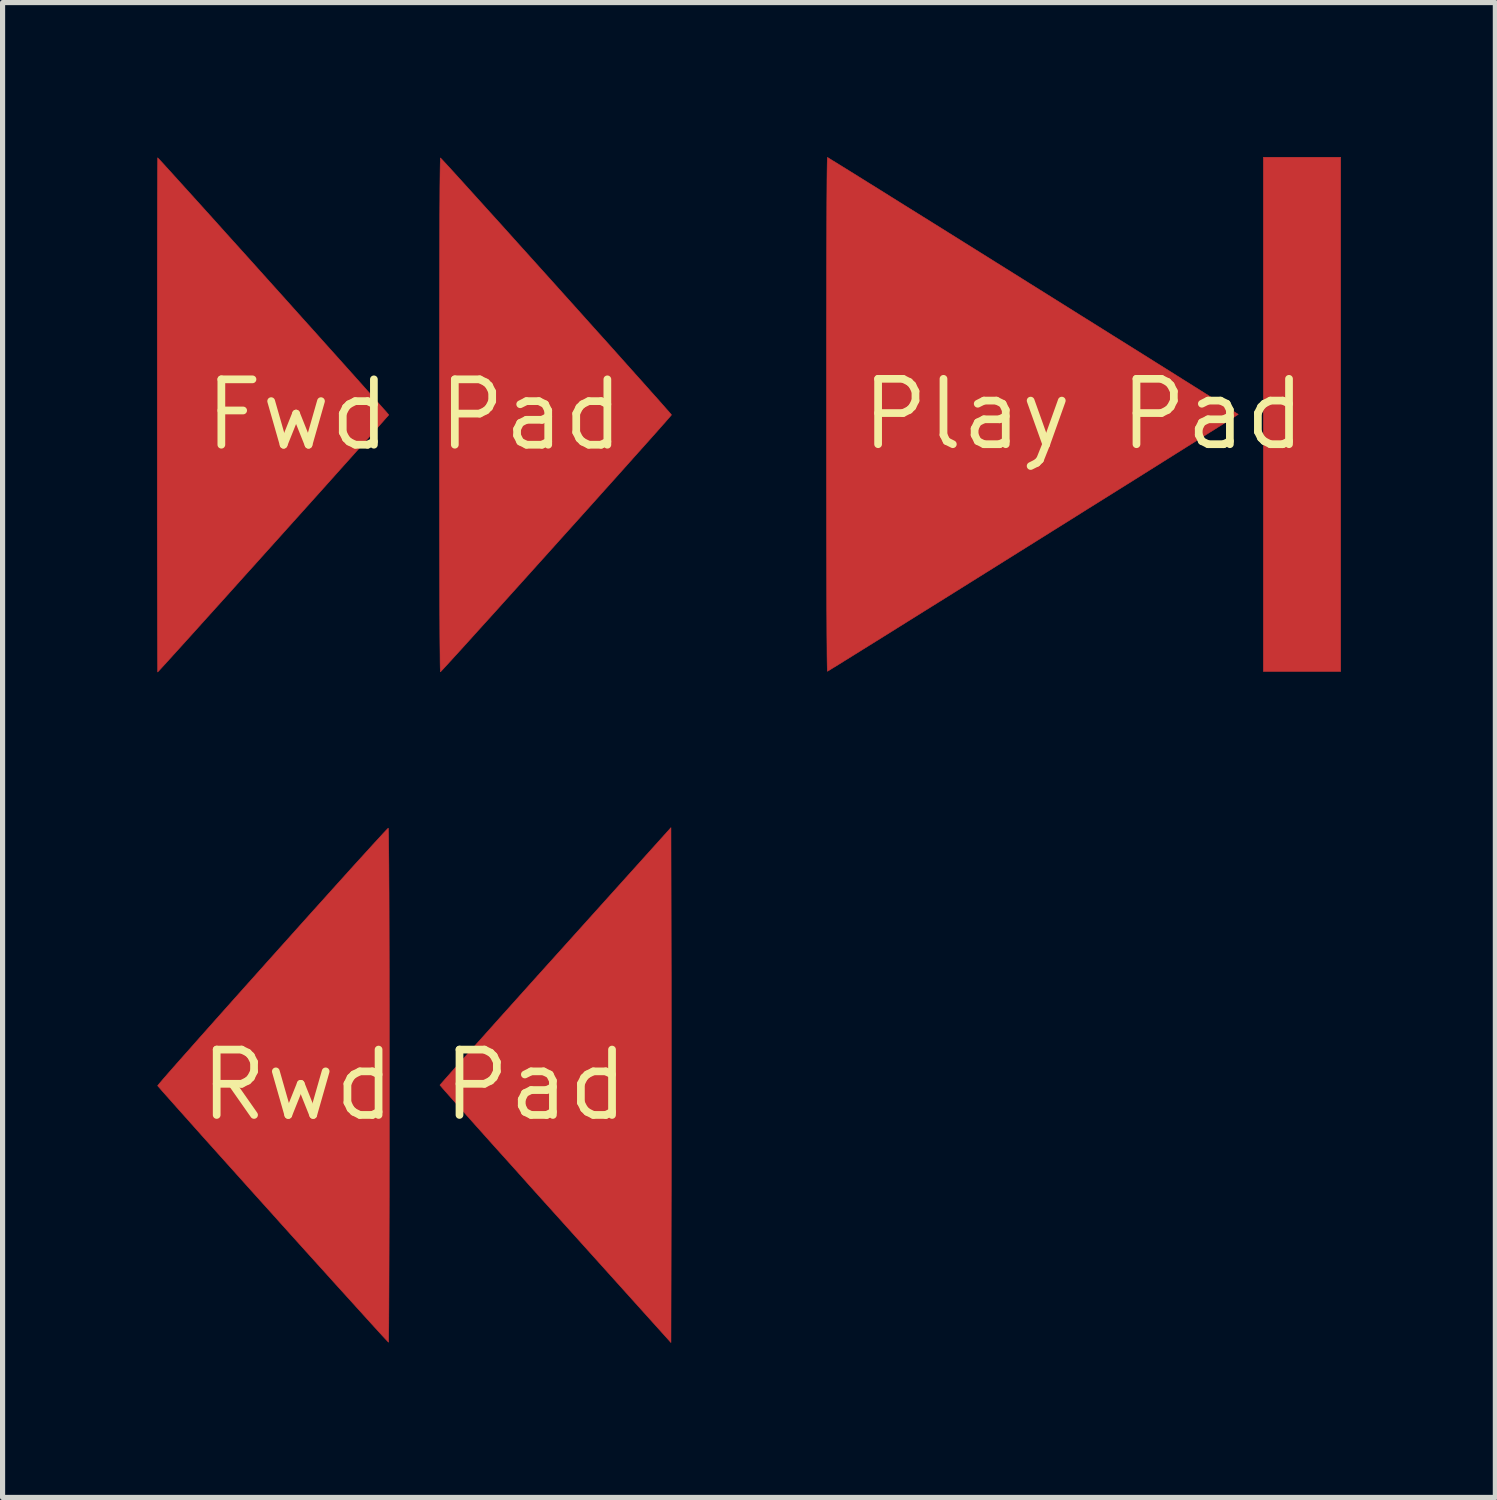
<source format=kicad_pcb>
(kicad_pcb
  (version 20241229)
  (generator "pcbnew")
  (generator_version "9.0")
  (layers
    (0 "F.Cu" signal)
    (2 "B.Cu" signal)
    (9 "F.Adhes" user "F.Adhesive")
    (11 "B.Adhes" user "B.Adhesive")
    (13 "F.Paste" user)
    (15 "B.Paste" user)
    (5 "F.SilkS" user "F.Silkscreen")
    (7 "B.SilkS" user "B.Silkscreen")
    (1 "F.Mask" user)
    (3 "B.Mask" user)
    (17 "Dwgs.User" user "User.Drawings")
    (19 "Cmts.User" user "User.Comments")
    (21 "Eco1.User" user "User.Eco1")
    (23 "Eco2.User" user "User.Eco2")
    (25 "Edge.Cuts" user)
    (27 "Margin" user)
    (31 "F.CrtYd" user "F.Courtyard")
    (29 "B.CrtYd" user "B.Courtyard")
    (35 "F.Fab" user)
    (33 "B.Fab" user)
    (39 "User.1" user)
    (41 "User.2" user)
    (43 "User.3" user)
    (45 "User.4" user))
  (footprint "Fwd Pad"
    (layer "F.Cu")
    (at 5 5.01)
    (property "Reference" "Fwd Pad" (at 0 0 0) (layer "F.SilkS") (effects (font (size 1.27 1.27) (thickness 0.15))))
    (attr through_hole)
    (fp_poly (pts (xy 0.523 -4.975) (xy 0.566 -4.93) (xy 0.634 -4.856) (xy 0.724 -4.758) (xy 0.835 -4.636) (xy 0.965 -4.493) (xy 1.112 -4.33) (xy 1.274 -4.151) (xy 1.45 -3.956) (xy 1.638 -3.749) (xy 1.835 -3.53) (xy 2.04 -3.302) (xy 2.251 -3.068) (xy 2.467 -2.828) (xy 2.685 -2.586) (xy 2.903 -2.343) (xy 3.12 -2.102) (xy 3.334 -1.863) (xy 3.543 -1.63) (xy 3.746 -1.405) (xy 3.939 -1.189) (xy 4.122 -0.984) (xy 4.293 -0.793) (xy 4.45 -0.618) (xy 4.59 -0.46) (xy 4.713 -0.323) (xy 4.816 -0.206) (xy 4.897 -0.114) (xy 4.956 -0.048) (xy 4.988 -0.009) (xy 4.995 0) (xy 4.981 0.018) (xy 4.941 0.064) (xy 4.876 0.139) (xy 4.788 0.238) (xy 4.679 0.361) (xy 4.551 0.505) (xy 4.405 0.668) (xy 4.244 0.848) (xy 4.07 1.043) (xy 3.884 1.251) (xy 3.687 1.47) (xy 3.483 1.698) (xy 3.272 1.933) (xy 3.057 2.172) (xy 2.839 2.414) (xy 2.621 2.657) (xy 2.403 2.899) (xy 2.189 3.137) (xy 1.979 3.37) (xy 1.776 3.595) (xy 1.582 3.811) (xy 1.397 4.015) (xy 1.225 4.205) (xy 1.067 4.38) (xy 0.925 4.537) (xy 0.8 4.674) (xy 0.695 4.789) (xy 0.612 4.88) (xy 0.551 4.946) (xy 0.516 4.983) (xy 0.507 4.992) (xy 0.504 4.972) (xy 0.502 4.91) (xy 0.5 4.808) (xy 0.499 4.667) (xy 0.497 4.487) (xy 0.495 4.269) (xy 0.494 4.015) (xy 0.492 3.725) (xy 0.491 3.4) (xy 0.49 3.042) (xy 0.489 2.651) (xy 0.488 2.228) (xy 0.488 1.774) (xy 0.487 1.291) (xy 0.487 0.778) (xy 0.487 0.237) (xy 0.487 0) (xy 0.487 -0.552) (xy 0.487 -1.077) (xy 0.488 -1.573) (xy 0.488 -2.04) (xy 0.489 -2.476) (xy 0.49 -2.88) (xy 0.491 -3.253) (xy 0.492 -3.592) (xy 0.493 -3.896) (xy 0.495 -4.166) (xy 0.496 -4.399) (xy 0.498 -4.595) (xy 0.5 -4.753) (xy 0.502 -4.872) (xy 0.504 -4.95) (xy 0.506 -4.988) (xy 0.507 -4.992) (xy 0.523 -4.975)) (stroke (width 0.01) (type solid)) (fill yes) (layer "F.Cu"))
    (fp_poly (pts (xy -4.972 -4.98) (xy -4.93 -4.935) (xy -4.864 -4.863) (xy -4.775 -4.765) (xy -4.665 -4.644) (xy -4.536 -4.501) (xy -4.39 -4.34) (xy -4.228 -4.161) (xy -4.053 -3.967) (xy -3.866 -3.76) (xy -3.67 -3.541) (xy -3.465 -3.314) (xy -3.254 -3.08) (xy -3.039 -2.841) (xy -2.821 -2.598) (xy -2.603 -2.356) (xy -2.386 -2.114) (xy -2.172 -1.875) (xy -1.962 -1.642) (xy -1.76 -1.416) (xy -1.566 -1.2) (xy -1.382 -0.995) (xy -1.21 -0.803) (xy -1.053 -0.627) (xy -0.911 -0.468) (xy -0.787 -0.329) (xy -0.683 -0.212) (xy -0.6 -0.118) (xy -0.54 -0.051) (xy -0.506 -0.011) (xy -0.497 0) (xy -0.511 0.017) (xy -0.552 0.063) (xy -0.617 0.137) (xy -0.705 0.236) (xy -0.813 0.358) (xy -0.941 0.502) (xy -1.087 0.665) (xy -1.247 0.844) (xy -1.422 1.039) (xy -1.608 1.247) (xy -1.804 1.466) (xy -2.008 1.693) (xy -2.219 1.928) (xy -2.434 2.167) (xy -2.652 2.41) (xy -2.87 2.652) (xy -3.087 2.894) (xy -3.302 3.132) (xy -3.511 3.365) (xy -3.714 3.591) (xy -3.909 3.807) (xy -4.093 4.011) (xy -4.265 4.202) (xy -4.423 4.377) (xy -4.566 4.535) (xy -4.691 4.673) (xy -4.796 4.789) (xy -4.88 4.881) (xy -4.941 4.947) (xy -4.977 4.986) (xy -4.987 4.995) (xy -4.988 4.974) (xy -4.988 4.913) (xy -4.989 4.813) (xy -4.99 4.676) (xy -4.99 4.505) (xy -4.991 4.3) (xy -4.992 4.064) (xy -4.992 3.798) (xy -4.993 3.505) (xy -4.993 3.186) (xy -4.994 2.843) (xy -4.994 2.479) (xy -4.995 2.094) (xy -4.995 1.69) (xy -4.995 1.27) (xy -4.995 0.836) (xy -4.995 0.389) (xy -4.995 0) (xy -4.995 -0.457) (xy -4.995 -0.902) (xy -4.995 -1.335) (xy -4.995 -1.752) (xy -4.994 -2.153) (xy -4.994 -2.535) (xy -4.994 -2.896) (xy -4.993 -3.236) (xy -4.993 -3.551) (xy -4.992 -3.84) (xy -4.992 -4.101) (xy -4.991 -4.333) (xy -4.99 -4.533) (xy -4.99 -4.699) (xy -4.989 -4.831) (xy -4.988 -4.925) (xy -4.987 -4.98) (xy -4.987 -4.995) (xy -4.972 -4.98)) (stroke (width 0.01) (type solid)) (fill yes) (layer "F.Cu"))
    (fp_poly (pts (xy -4.935 -4.942) (xy -4.914 -4.919) (xy -4.866 -4.867) (xy -4.794 -4.787) (xy -4.697 -4.68) (xy -4.579 -4.549) (xy -4.44 -4.395) (xy -4.283 -4.22) (xy -4.108 -4.026) (xy -3.918 -3.815) (xy -3.713 -3.588) (xy -3.496 -3.346) (xy -3.268 -3.093) (xy -3.031 -2.829) (xy -2.786 -2.557) (xy -2.68 -2.439) (xy -0.486 0) (xy -2.68 2.439) (xy -2.928 2.715) (xy -3.169 2.983) (xy -3.401 3.241) (xy -3.623 3.487) (xy -3.833 3.721) (xy -4.03 3.939) (xy -4.211 4.141) (xy -4.376 4.324) (xy -4.523 4.487) (xy -4.65 4.627) (xy -4.756 4.745) (xy -4.839 4.836) (xy -4.897 4.901) (xy -4.929 4.936) (xy -4.935 4.942) (xy -4.995 5.005) (xy -4.995 -5.005) (xy -4.935 -4.942)) (stroke (width 0.01) (type solid)) (fill yes) (layer "F.Mask"))
    (fp_poly (pts (xy 0.521 -4.975) (xy 0.564 -4.93) (xy 0.631 -4.857) (xy 0.72 -4.758) (xy 0.831 -4.636) (xy 0.961 -4.493) (xy 1.108 -4.331) (xy 1.27 -4.152) (xy 1.445 -3.957) (xy 1.633 -3.75) (xy 1.83 -3.531) (xy 2.035 -3.304) (xy 2.246 -3.069) (xy 2.461 -2.83) (xy 2.679 -2.588) (xy 2.898 -2.345) (xy 3.115 -2.104) (xy 3.329 -1.865) (xy 3.538 -1.632) (xy 3.741 -1.407) (xy 3.934 -1.191) (xy 4.118 -0.986) (xy 4.289 -0.795) (xy 4.446 -0.62) (xy 4.587 -0.462) (xy 4.71 -0.324) (xy 4.814 -0.208) (xy 4.896 -0.115) (xy 4.954 -0.048) (xy 4.988 -0.01) (xy 4.995 0) (xy 4.981 0.017) (xy 4.941 0.064) (xy 4.876 0.137) (xy 4.788 0.236) (xy 4.679 0.359) (xy 4.551 0.502) (xy 4.406 0.665) (xy 4.245 0.845) (xy 4.07 1.04) (xy 3.884 1.247) (xy 3.687 1.466) (xy 3.483 1.694) (xy 3.272 1.928) (xy 3.057 2.168) (xy 2.839 2.41) (xy 2.621 2.653) (xy 2.404 2.894) (xy 2.189 3.132) (xy 1.979 3.365) (xy 1.776 3.59) (xy 1.582 3.806) (xy 1.397 4.01) (xy 1.225 4.201) (xy 1.067 4.376) (xy 0.925 4.533) (xy 0.8 4.671) (xy 0.694 4.787) (xy 0.611 4.879) (xy 0.55 4.945) (xy 0.514 4.983) (xy 0.505 4.992) (xy 0.503 4.972) (xy 0.502 4.911) (xy 0.5 4.812) (xy 0.499 4.675) (xy 0.497 4.504) (xy 0.496 4.3) (xy 0.494 4.064) (xy 0.493 3.799) (xy 0.492 3.507) (xy 0.491 3.188) (xy 0.49 2.846) (xy 0.489 2.482) (xy 0.489 2.097) (xy 0.488 1.694) (xy 0.487 1.274) (xy 0.487 0.84) (xy 0.487 0.393) (xy 0.487 0) (xy 0.487 -0.457) (xy 0.487 -0.902) (xy 0.487 -1.335) (xy 0.488 -1.752) (xy 0.489 -2.153) (xy 0.489 -2.535) (xy 0.49 -2.896) (xy 0.491 -3.235) (xy 0.492 -3.55) (xy 0.493 -3.839) (xy 0.495 -4.1) (xy 0.496 -4.331) (xy 0.497 -4.531) (xy 0.499 -4.697) (xy 0.5 -4.828) (xy 0.502 -4.922) (xy 0.503 -4.977) (xy 0.505 -4.992) (xy 0.521 -4.975)) (stroke (width 0.01) (type solid)) (fill yes) (layer "F.Mask")))
  (footprint "Rwd Pad"
    (layer "F.Cu")
    (at 5 18.031)
    (property "Reference" "Rwd Pad" (at 0 0 0) (layer "F.SilkS") (effects (font (size 1.27 1.27) (thickness 0.15))))
    (attr through_hole)
    (fp_poly (pts (xy 4.99 -2.501) (xy 4.991 -2.111) (xy 4.991 -1.686) (xy 4.992 -1.233) (xy 4.992 -0.762) (xy 4.992 -0.278) (xy 4.992 0.21) (xy 4.992 0.695) (xy 4.992 1.169) (xy 4.992 1.624) (xy 4.991 2.054) (xy 4.99 2.449) (xy 4.99 2.501) (xy 4.985 5.002) (xy 2.741 2.509) (xy 2.491 2.232) (xy 2.249 1.963) (xy 2.017 1.703) (xy 1.795 1.456) (xy 1.585 1.223) (xy 1.389 1.004) (xy 1.209 0.803) (xy 1.046 0.62) (xy 0.9 0.457) (xy 0.775 0.316) (xy 0.671 0.199) (xy 0.59 0.108) (xy 0.534 0.043) (xy 0.503 0.007) (xy 0.497 0) (xy 0.511 -0.017) (xy 0.552 -0.064) (xy 0.618 -0.139) (xy 0.708 -0.241) (xy 0.82 -0.367) (xy 0.953 -0.516) (xy 1.106 -0.687) (xy 1.276 -0.877) (xy 1.462 -1.085) (xy 1.663 -1.31) (xy 1.878 -1.549) (xy 2.104 -1.801) (xy 2.34 -2.064) (xy 2.585 -2.336) (xy 2.741 -2.509) (xy 4.985 -5.002) (xy 4.99 -2.501)) (stroke (width 0.01) (type solid)) (fill yes) (layer "F.Cu"))
    (fp_poly (pts (xy -0.504 -4.972) (xy -0.502 -4.91) (xy -0.5 -4.808) (xy -0.499 -4.667) (xy -0.497 -4.487) (xy -0.495 -4.269) (xy -0.494 -4.015) (xy -0.492 -3.725) (xy -0.491 -3.4) (xy -0.49 -3.042) (xy -0.489 -2.651) (xy -0.488 -2.228) (xy -0.488 -1.775) (xy -0.487 -1.291) (xy -0.487 -0.778) (xy -0.487 -0.238) (xy -0.487 -0.002) (xy -0.487 0.455) (xy -0.487 0.901) (xy -0.487 1.333) (xy -0.488 1.751) (xy -0.488 2.151) (xy -0.489 2.534) (xy -0.49 2.895) (xy -0.491 3.235) (xy -0.492 3.55) (xy -0.493 3.839) (xy -0.494 4.1) (xy -0.495 4.332) (xy -0.496 4.532) (xy -0.497 4.699) (xy -0.499 4.83) (xy -0.5 4.924) (xy -0.501 4.98) (xy -0.503 4.995) (xy -0.518 4.979) (xy -0.561 4.934) (xy -0.629 4.861) (xy -0.72 4.761) (xy -0.834 4.636) (xy -0.968 4.488) (xy -1.121 4.319) (xy -1.292 4.13) (xy -1.48 3.923) (xy -1.681 3.7) (xy -1.896 3.462) (xy -2.123 3.211) (xy -2.359 2.949) (xy -2.604 2.677) (xy -2.747 2.517) (xy -2.997 2.24) (xy -3.238 1.972) (xy -3.47 1.713) (xy -3.692 1.466) (xy -3.901 1.233) (xy -4.097 1.015) (xy -4.277 0.813) (xy -4.44 0.63) (xy -4.585 0.468) (xy -4.71 0.327) (xy -4.814 0.21) (xy -4.895 0.119) (xy -4.951 0.054) (xy -4.982 0.019) (xy -4.987 0.012) (xy -4.974 -0.006) (xy -4.935 -0.053) (xy -4.871 -0.128) (xy -4.784 -0.228) (xy -4.676 -0.351) (xy -4.549 -0.495) (xy -4.404 -0.658) (xy -4.244 -0.839) (xy -4.07 -1.035) (xy -3.885 -1.243) (xy -3.689 -1.463) (xy -3.486 -1.691) (xy -3.276 -1.926) (xy -3.061 -2.166) (xy -2.844 -2.409) (xy -2.626 -2.652) (xy -2.409 -2.894) (xy -2.195 -3.133) (xy -1.986 -3.366) (xy -1.783 -3.591) (xy -1.588 -3.808) (xy -1.404 -4.012) (xy -1.232 -4.203) (xy -1.073 -4.378) (xy -0.93 -4.535) (xy -0.805 -4.673) (xy -0.699 -4.788) (xy -0.615 -4.88) (xy -0.553 -4.946) (xy -0.517 -4.983) (xy -0.507 -4.992) (xy -0.504 -4.972)) (stroke (width 0.01) (type solid)) (fill yes) (layer "F.Cu"))
    (fp_poly (pts (xy 4.99 -2.503) (xy 4.991 -2.112) (xy 4.991 -1.687) (xy 4.992 -1.235) (xy 4.992 -0.763) (xy 4.992 -0.279) (xy 4.992 0.209) (xy 4.992 0.694) (xy 4.992 1.168) (xy 4.992 1.624) (xy 4.991 2.054) (xy 4.99 2.45) (xy 4.99 2.503) (xy 4.985 5.006) (xy 2.741 2.514) (xy 2.491 2.236) (xy 2.249 1.967) (xy 2.016 1.707) (xy 1.795 1.46) (xy 1.585 1.226) (xy 1.389 1.007) (xy 1.209 0.806) (xy 1.045 0.622) (xy 0.9 0.459) (xy 0.775 0.318) (xy 0.671 0.201) (xy 0.59 0.109) (xy 0.533 0.044) (xy 0.503 0.007) (xy 0.497 0) (xy 0.511 -0.018) (xy 0.552 -0.065) (xy 0.618 -0.141) (xy 0.708 -0.243) (xy 0.82 -0.37) (xy 0.953 -0.519) (xy 1.106 -0.69) (xy 1.276 -0.881) (xy 1.462 -1.089) (xy 1.664 -1.314) (xy 1.878 -1.553) (xy 2.104 -1.805) (xy 2.341 -2.069) (xy 2.586 -2.341) (xy 2.741 -2.514) (xy 4.985 -5.006) (xy 4.99 -2.503)) (stroke (width 0.01) (type solid)) (fill yes) (layer "F.Mask"))
    (fp_poly (pts (xy -0.502 -4.974) (xy -0.501 -4.913) (xy -0.499 -4.813) (xy -0.498 -4.676) (xy -0.497 -4.505) (xy -0.495 -4.3) (xy -0.494 -4.064) (xy -0.493 -3.798) (xy -0.492 -3.505) (xy -0.491 -3.186) (xy -0.49 -2.843) (xy -0.489 -2.479) (xy -0.488 -2.094) (xy -0.488 -1.69) (xy -0.487 -1.27) (xy -0.487 -0.836) (xy -0.487 -0.389) (xy -0.487 0) (xy -0.487 0.457) (xy -0.487 0.902) (xy -0.487 1.335) (xy -0.488 1.752) (xy -0.489 2.153) (xy -0.489 2.535) (xy -0.49 2.896) (xy -0.491 3.236) (xy -0.492 3.551) (xy -0.493 3.84) (xy -0.494 4.101) (xy -0.495 4.333) (xy -0.497 4.533) (xy -0.498 4.699) (xy -0.5 4.831) (xy -0.501 4.925) (xy -0.503 4.98) (xy -0.504 4.995) (xy -0.52 4.98) (xy -0.562 4.935) (xy -0.63 4.861) (xy -0.722 4.761) (xy -0.835 4.637) (xy -0.97 4.489) (xy -1.123 4.32) (xy -1.295 4.131) (xy -1.482 3.924) (xy -1.684 3.7) (xy -1.899 3.462) (xy -2.126 3.211) (xy -2.362 2.949) (xy -2.608 2.677) (xy -2.758 2.509) (xy -3.008 2.232) (xy -3.249 1.963) (xy -3.482 1.704) (xy -3.703 1.457) (xy -3.912 1.223) (xy -4.108 1.005) (xy -4.288 0.803) (xy -4.451 0.62) (xy -4.595 0.458) (xy -4.72 0.317) (xy -4.824 0.2) (xy -4.904 0.108) (xy -4.96 0.043) (xy -4.99 0.007) (xy -4.995 0) (xy -4.981 -0.018) (xy -4.941 -0.065) (xy -4.876 -0.14) (xy -4.788 -0.24) (xy -4.679 -0.363) (xy -4.551 -0.507) (xy -4.405 -0.671) (xy -4.244 -0.851) (xy -4.07 -1.047) (xy -3.883 -1.255) (xy -3.687 -1.474) (xy -3.483 -1.702) (xy -3.272 -1.937) (xy -3.057 -2.177) (xy -2.839 -2.419) (xy -2.62 -2.662) (xy -2.403 -2.904) (xy -2.188 -3.142) (xy -1.979 -3.375) (xy -1.776 -3.6) (xy -1.581 -3.815) (xy -1.397 -4.019) (xy -1.224 -4.21) (xy -1.066 -4.384) (xy -0.924 -4.541) (xy -0.799 -4.678) (xy -0.693 -4.793) (xy -0.61 -4.885) (xy -0.549 -4.95) (xy -0.513 -4.987) (xy -0.504 -4.995) (xy -0.502 -4.974)) (stroke (width 0.01) (type solid)) (fill yes) (layer "F.Mask")))
  (footprint "Play Pad"
    (layer "F.Cu")
    (at 18.001 5)
    (property "Reference" "Play Pad" (at 0 0 0) (layer "F.SilkS") (effects (font (size 1.27 1.27) (thickness 0.15))))
    (attr through_hole)
    (fp_poly (pts (xy 4.995 4.995) (xy 3.493 4.995) (xy 3.493 -4.995) (xy 4.995 -4.995) (xy 4.995 4.995)) (stroke (width 0.01) (type solid)) (fill yes) (layer "F.Cu"))
    (fp_poly (pts (xy -4.955 -4.98) (xy -4.901 -4.946) (xy -4.814 -4.893) (xy -4.698 -4.821) (xy -4.554 -4.732) (xy -4.384 -4.626) (xy -4.19 -4.505) (xy -3.974 -4.371) (xy -3.739 -4.224) (xy -3.485 -4.065) (xy -3.215 -3.897) (xy -2.931 -3.72) (xy -2.635 -3.535) (xy -2.328 -3.343) (xy -2.014 -3.147) (xy -1.693 -2.946) (xy -1.368 -2.743) (xy -1.041 -2.538) (xy -0.713 -2.333) (xy -0.387 -2.129) (xy -0.065 -1.927) (xy 0.252 -1.729) (xy 0.561 -1.535) (xy 0.861 -1.348) (xy 1.15 -1.167) (xy 1.424 -0.995) (xy 1.684 -0.832) (xy 1.926 -0.68) (xy 2.149 -0.54) (xy 2.35 -0.414) (xy 2.528 -0.302) (xy 2.681 -0.206) (xy 2.807 -0.126) (xy 2.904 -0.065) (xy 2.969 -0.023) (xy 3.002 -0.002) (xy 3.005 0) (xy 2.987 0.012) (xy 2.936 0.045) (xy 2.852 0.098) (xy 2.738 0.17) (xy 2.597 0.259) (xy 2.429 0.364) (xy 2.237 0.485) (xy 2.023 0.619) (xy 1.789 0.766) (xy 1.537 0.924) (xy 1.268 1.093) (xy 0.986 1.27) (xy 0.69 1.455) (xy 0.385 1.646) (xy 0.071 1.842) (xy -0.249 2.043) (xy -0.574 2.246) (xy -0.901 2.451) (xy -1.229 2.656) (xy -1.555 2.86) (xy -1.878 3.062) (xy -2.195 3.26) (xy -2.505 3.454) (xy -2.806 3.642) (xy -3.095 3.822) (xy -3.372 3.995) (xy -3.633 4.158) (xy -3.876 4.31) (xy -4.101 4.45) (xy -4.304 4.576) (xy -4.485 4.689) (xy -4.64 4.785) (xy -4.768 4.865) (xy -4.868 4.926) (xy -4.936 4.968) (xy -4.971 4.989) (xy -4.976 4.992) (xy -4.978 4.972) (xy -4.98 4.91) (xy -4.982 4.809) (xy -4.984 4.668) (xy -4.985 4.49) (xy -4.987 4.275) (xy -4.988 4.024) (xy -4.99 3.739) (xy -4.991 3.42) (xy -4.992 3.069) (xy -4.993 2.687) (xy -4.994 2.275) (xy -4.994 1.834) (xy -4.995 1.366) (xy -4.995 0.87) (xy -4.995 0.349) (xy -4.995 0) (xy -4.995 -0.537) (xy -4.995 -1.049) (xy -4.995 -1.535) (xy -4.994 -1.994) (xy -4.993 -2.425) (xy -4.993 -2.826) (xy -4.992 -3.197) (xy -4.99 -3.537) (xy -4.989 -3.844) (xy -4.988 -4.117) (xy -4.986 -4.355) (xy -4.985 -4.557) (xy -4.983 -4.722) (xy -4.981 -4.849) (xy -4.979 -4.937) (xy -4.977 -4.984) (xy -4.976 -4.992) (xy -4.955 -4.98)) (stroke (width 0.01) (type solid)) (fill yes) (layer "F.Cu"))
    (fp_poly (pts (xy 4.995 4.995) (xy 3.493 4.995) (xy 3.493 -4.995) (xy 4.995 -4.995) (xy 4.995 4.995)) (stroke (width 0.01) (type solid)) (fill yes) (layer "F.Mask"))
    (fp_poly (pts (xy -4.955 -4.98) (xy -4.901 -4.946) (xy -4.814 -4.893) (xy -4.698 -4.821) (xy -4.554 -4.732) (xy -4.384 -4.626) (xy -4.19 -4.505) (xy -3.974 -4.371) (xy -3.739 -4.224) (xy -3.485 -4.065) (xy -3.215 -3.897) (xy -2.931 -3.72) (xy -2.635 -3.535) (xy -2.328 -3.343) (xy -2.014 -3.147) (xy -1.693 -2.946) (xy -1.368 -2.743) (xy -1.041 -2.538) (xy -0.713 -2.333) (xy -0.387 -2.129) (xy -0.065 -1.927) (xy 0.252 -1.729) (xy 0.561 -1.535) (xy 0.861 -1.348) (xy 1.15 -1.167) (xy 1.424 -0.995) (xy 1.684 -0.832) (xy 1.926 -0.68) (xy 2.149 -0.54) (xy 2.35 -0.414) (xy 2.528 -0.302) (xy 2.681 -0.206) (xy 2.807 -0.126) (xy 2.904 -0.065) (xy 2.969 -0.023) (xy 3.002 -0.002) (xy 3.005 0) (xy 2.987 0.012) (xy 2.936 0.045) (xy 2.852 0.098) (xy 2.738 0.17) (xy 2.597 0.259) (xy 2.429 0.364) (xy 2.237 0.485) (xy 2.023 0.619) (xy 1.789 0.766) (xy 1.537 0.924) (xy 1.268 1.093) (xy 0.986 1.27) (xy 0.69 1.455) (xy 0.385 1.646) (xy 0.071 1.842) (xy -0.249 2.043) (xy -0.574 2.246) (xy -0.901 2.451) (xy -1.229 2.656) (xy -1.555 2.86) (xy -1.878 3.062) (xy -2.195 3.26) (xy -2.505 3.454) (xy -2.806 3.642) (xy -3.095 3.822) (xy -3.372 3.995) (xy -3.633 4.158) (xy -3.876 4.31) (xy -4.101 4.45) (xy -4.304 4.576) (xy -4.485 4.689) (xy -4.64 4.785) (xy -4.768 4.865) (xy -4.868 4.926) (xy -4.936 4.968) (xy -4.971 4.989) (xy -4.976 4.992) (xy -4.978 4.972) (xy -4.98 4.91) (xy -4.982 4.809) (xy -4.984 4.668) (xy -4.985 4.49) (xy -4.987 4.275) (xy -4.988 4.024) (xy -4.99 3.739) (xy -4.991 3.42) (xy -4.992 3.069) (xy -4.993 2.687) (xy -4.994 2.275) (xy -4.994 1.834) (xy -4.995 1.366) (xy -4.995 0.87) (xy -4.995 0.349) (xy -4.995 0) (xy -4.995 -0.537) (xy -4.995 -1.049) (xy -4.995 -1.535) (xy -4.994 -1.994) (xy -4.993 -2.425) (xy -4.993 -2.826) (xy -4.992 -3.197) (xy -4.99 -3.537) (xy -4.989 -3.844) (xy -4.988 -4.117) (xy -4.986 -4.355) (xy -4.985 -4.557) (xy -4.983 -4.722) (xy -4.981 -4.849) (xy -4.979 -4.937) (xy -4.977 -4.984) (xy -4.976 -4.992) (xy -4.955 -4.98)) (stroke (width 0.01) (type solid)) (fill yes) (layer "F.Mask")))
  (gr_rect
    (start -3 -3)
    (end 26.001 26.042)
    (stroke (width 0.1) (type default))
    (fill no)
    (layer "Edge.Cuts")))
</source>
